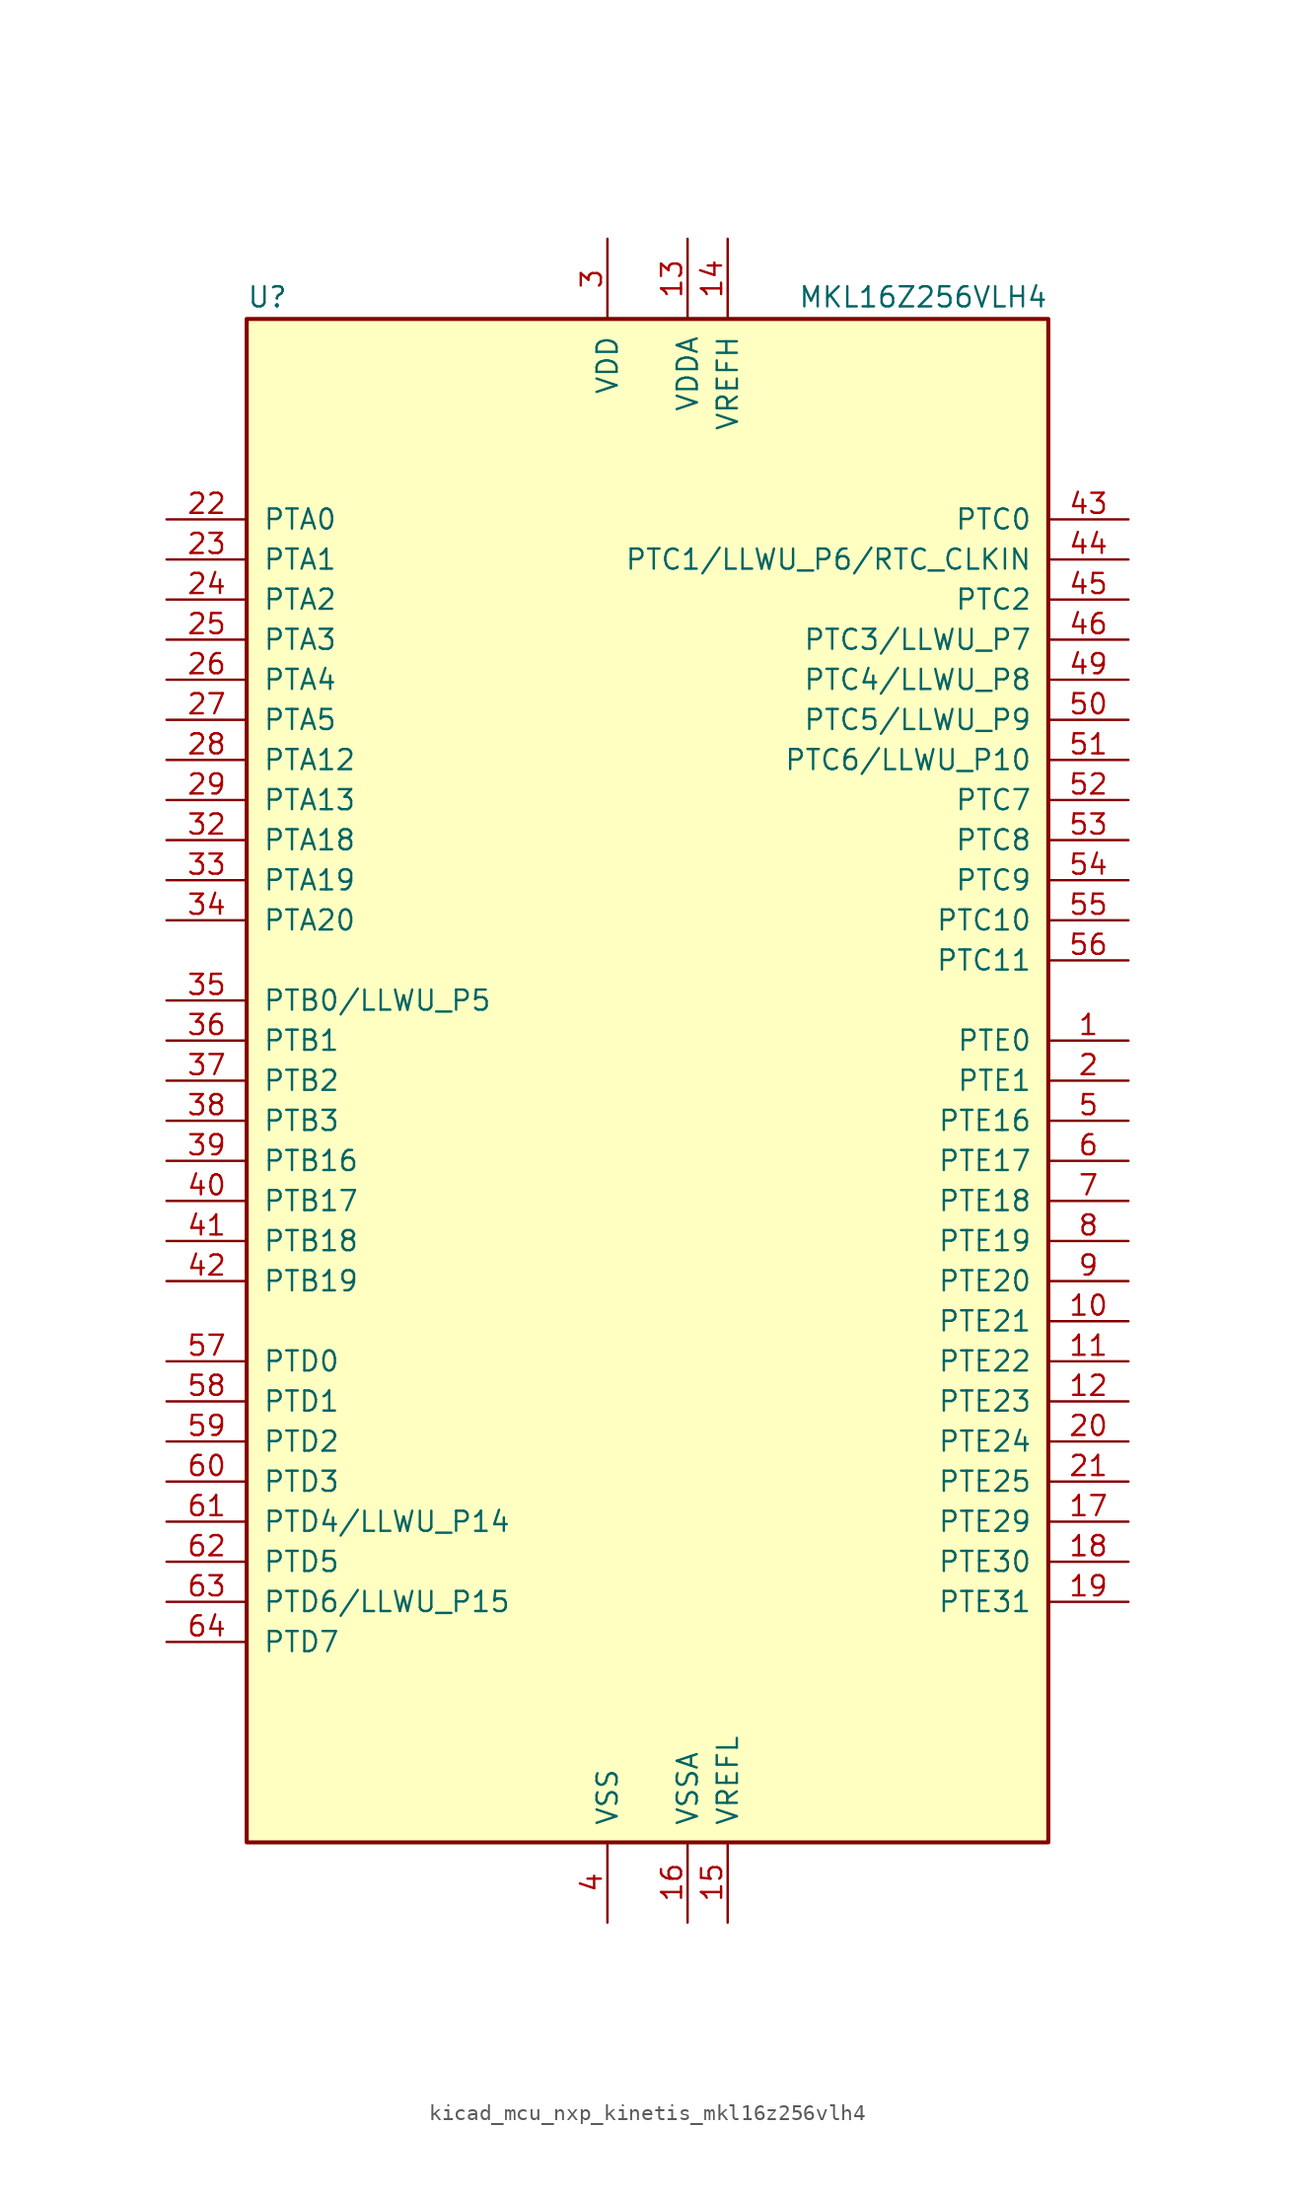
<source format=kicad_sym>
(kicad_symbol_lib
  (version 20220914)
  (generator kicad_symbol_editor)
  (symbol "kicad_mcu_nxp_kinetis_mkl16z256vlh4"
    (pin_names
      (offset 1.016))
    (property "Reference" "U"
      (at -25.4 48.895 0)
      (effects (font (size 1.27 1.27)) (justify left bottom)))
    (property "Value" "MKL16Z256VLH4"
      (at 25.4 48.895 0)
      (effects (font (size 1.27 1.27)) (justify right bottom)))
    (symbol "kicad_mcu_nxp_kinetis_mkl16z256vlh4_0_1"
      (rectangle (start -25.4 48.26) (end 25.4 -48.26) (stroke (width 0.254) (type default)) (fill (type background))))
    (symbol "kicad_mcu_nxp_kinetis_mkl16z256vlh4_1_1"
      (pin bidirectional line (at 30.48 2.54 180) (length 5.08) (name "PTE0" (effects (font (size 1.27 1.27)))) (number "1" (effects (font (size 1.27 1.27)))))
      (pin bidirectional line (at 30.48 -15.24 180) (length 5.08) (name "PTE21" (effects (font (size 1.27 1.27)))) (number "10" (effects (font (size 1.27 1.27)))))
      (pin bidirectional line (at 30.48 -17.78 180) (length 5.08) (name "PTE22" (effects (font (size 1.27 1.27)))) (number "11" (effects (font (size 1.27 1.27)))))
      (pin bidirectional line (at 30.48 -20.32 180) (length 5.08) (name "PTE23" (effects (font (size 1.27 1.27)))) (number "12" (effects (font (size 1.27 1.27)))))
      (pin power_in line (at 2.54 53.34 270) (length 5.08) (name "VDDA" (effects (font (size 1.27 1.27)))) (number "13" (effects (font (size 1.27 1.27)))))
      (pin power_in line (at 5.08 53.34 270) (length 5.08) (name "VREFH" (effects (font (size 1.27 1.27)))) (number "14" (effects (font (size 1.27 1.27)))))
      (pin power_in line (at 5.08 -53.34 90) (length 5.08) (name "VREFL" (effects (font (size 1.27 1.27)))) (number "15" (effects (font (size 1.27 1.27)))))
      (pin power_in line (at 2.54 -53.34 90) (length 5.08) (name "VSSA" (effects (font (size 1.27 1.27)))) (number "16" (effects (font (size 1.27 1.27)))))
      (pin bidirectional line (at 30.48 -27.94 180) (length 5.08) (name "PTE29" (effects (font (size 1.27 1.27)))) (number "17" (effects (font (size 1.27 1.27)))))
      (pin bidirectional line (at 30.48 -30.48 180) (length 5.08) (name "PTE30" (effects (font (size 1.27 1.27)))) (number "18" (effects (font (size 1.27 1.27)))))
      (pin bidirectional line (at 30.48 -33.02 180) (length 5.08) (name "PTE31" (effects (font (size 1.27 1.27)))) (number "19" (effects (font (size 1.27 1.27)))))
      (pin bidirectional line (at 30.48 0 180) (length 5.08) (name "PTE1" (effects (font (size 1.27 1.27)))) (number "2" (effects (font (size 1.27 1.27)))))
      (pin bidirectional line (at 30.48 -22.86 180) (length 5.08) (name "PTE24" (effects (font (size 1.27 1.27)))) (number "20" (effects (font (size 1.27 1.27)))))
      (pin bidirectional line (at 30.48 -25.4 180) (length 5.08) (name "PTE25" (effects (font (size 1.27 1.27)))) (number "21" (effects (font (size 1.27 1.27)))))
      (pin bidirectional line (at -30.48 35.56 0) (length 5.08) (name "PTA0" (effects (font (size 1.27 1.27)))) (number "22" (effects (font (size 1.27 1.27)))))
      (pin bidirectional line (at -30.48 33.02 0) (length 5.08) (name "PTA1" (effects (font (size 1.27 1.27)))) (number "23" (effects (font (size 1.27 1.27)))))
      (pin bidirectional line (at -30.48 30.48 0) (length 5.08) (name "PTA2" (effects (font (size 1.27 1.27)))) (number "24" (effects (font (size 1.27 1.27)))))
      (pin bidirectional line (at -30.48 27.94 0) (length 5.08) (name "PTA3" (effects (font (size 1.27 1.27)))) (number "25" (effects (font (size 1.27 1.27)))))
      (pin bidirectional line (at -30.48 25.4 0) (length 5.08) (name "PTA4" (effects (font (size 1.27 1.27)))) (number "26" (effects (font (size 1.27 1.27)))))
      (pin bidirectional line (at -30.48 22.86 0) (length 5.08) (name "PTA5" (effects (font (size 1.27 1.27)))) (number "27" (effects (font (size 1.27 1.27)))))
      (pin bidirectional line (at -30.48 20.32 0) (length 5.08) (name "PTA12" (effects (font (size 1.27 1.27)))) (number "28" (effects (font (size 1.27 1.27)))))
      (pin bidirectional line (at -30.48 17.78 0) (length 5.08) (name "PTA13" (effects (font (size 1.27 1.27)))) (number "29" (effects (font (size 1.27 1.27)))))
      (pin power_in line (at -2.54 53.34 270) (length 5.08) (name "VDD" (effects (font (size 1.27 1.27)))) (number "3" (effects (font (size 1.27 1.27)))))
      (pin passive line (at -2.54 53.34 270) (length 5.08) hide (name "VDD" (effects (font (size 1.27 1.27)))) (number "30" (effects (font (size 1.27 1.27)))))
      (pin passive line (at -2.54 -53.34 90) (length 5.08) hide (name "VSS" (effects (font (size 1.27 1.27)))) (number "31" (effects (font (size 1.27 1.27)))))
      (pin bidirectional line (at -30.48 15.24 0) (length 5.08) (name "PTA18" (effects (font (size 1.27 1.27)))) (number "32" (effects (font (size 1.27 1.27)))))
      (pin bidirectional line (at -30.48 12.7 0) (length 5.08) (name "PTA19" (effects (font (size 1.27 1.27)))) (number "33" (effects (font (size 1.27 1.27)))))
      (pin bidirectional line (at -30.48 10.16 0) (length 5.08) (name "PTA20" (effects (font (size 1.27 1.27)))) (number "34" (effects (font (size 1.27 1.27)))))
      (pin bidirectional line (at -30.48 5.08 0) (length 5.08) (name "PTB0/LLWU_P5" (effects (font (size 1.27 1.27)))) (number "35" (effects (font (size 1.27 1.27)))))
      (pin bidirectional line (at -30.48 2.54 0) (length 5.08) (name "PTB1" (effects (font (size 1.27 1.27)))) (number "36" (effects (font (size 1.27 1.27)))))
      (pin bidirectional line (at -30.48 0 0) (length 5.08) (name "PTB2" (effects (font (size 1.27 1.27)))) (number "37" (effects (font (size 1.27 1.27)))))
      (pin bidirectional line (at -30.48 -2.54 0) (length 5.08) (name "PTB3" (effects (font (size 1.27 1.27)))) (number "38" (effects (font (size 1.27 1.27)))))
      (pin bidirectional line (at -30.48 -5.08 0) (length 5.08) (name "PTB16" (effects (font (size 1.27 1.27)))) (number "39" (effects (font (size 1.27 1.27)))))
      (pin power_in line (at -2.54 -53.34 90) (length 5.08) (name "VSS" (effects (font (size 1.27 1.27)))) (number "4" (effects (font (size 1.27 1.27)))))
      (pin bidirectional line (at -30.48 -7.62 0) (length 5.08) (name "PTB17" (effects (font (size 1.27 1.27)))) (number "40" (effects (font (size 1.27 1.27)))))
      (pin bidirectional line (at -30.48 -10.16 0) (length 5.08) (name "PTB18" (effects (font (size 1.27 1.27)))) (number "41" (effects (font (size 1.27 1.27)))))
      (pin bidirectional line (at -30.48 -12.7 0) (length 5.08) (name "PTB19" (effects (font (size 1.27 1.27)))) (number "42" (effects (font (size 1.27 1.27)))))
      (pin bidirectional line (at 30.48 35.56 180) (length 5.08) (name "PTC0" (effects (font (size 1.27 1.27)))) (number "43" (effects (font (size 1.27 1.27)))))
      (pin bidirectional line (at 30.48 33.02 180) (length 5.08) (name "PTC1/LLWU_P6/RTC_CLKIN" (effects (font (size 1.27 1.27)))) (number "44" (effects (font (size 1.27 1.27)))))
      (pin bidirectional line (at 30.48 30.48 180) (length 5.08) (name "PTC2" (effects (font (size 1.27 1.27)))) (number "45" (effects (font (size 1.27 1.27)))))
      (pin bidirectional line (at 30.48 27.94 180) (length 5.08) (name "PTC3/LLWU_P7" (effects (font (size 1.27 1.27)))) (number "46" (effects (font (size 1.27 1.27)))))
      (pin passive line (at -2.54 -53.34 90) (length 5.08) hide (name "VSS" (effects (font (size 1.27 1.27)))) (number "47" (effects (font (size 1.27 1.27)))))
      (pin passive line (at -2.54 53.34 270) (length 5.08) hide (name "VDD" (effects (font (size 1.27 1.27)))) (number "48" (effects (font (size 1.27 1.27)))))
      (pin bidirectional line (at 30.48 25.4 180) (length 5.08) (name "PTC4/LLWU_P8" (effects (font (size 1.27 1.27)))) (number "49" (effects (font (size 1.27 1.27)))))
      (pin bidirectional line (at 30.48 -2.54 180) (length 5.08) (name "PTE16" (effects (font (size 1.27 1.27)))) (number "5" (effects (font (size 1.27 1.27)))))
      (pin bidirectional line (at 30.48 22.86 180) (length 5.08) (name "PTC5/LLWU_P9" (effects (font (size 1.27 1.27)))) (number "50" (effects (font (size 1.27 1.27)))))
      (pin bidirectional line (at 30.48 20.32 180) (length 5.08) (name "PTC6/LLWU_P10" (effects (font (size 1.27 1.27)))) (number "51" (effects (font (size 1.27 1.27)))))
      (pin bidirectional line (at 30.48 17.78 180) (length 5.08) (name "PTC7" (effects (font (size 1.27 1.27)))) (number "52" (effects (font (size 1.27 1.27)))))
      (pin bidirectional line (at 30.48 15.24 180) (length 5.08) (name "PTC8" (effects (font (size 1.27 1.27)))) (number "53" (effects (font (size 1.27 1.27)))))
      (pin bidirectional line (at 30.48 12.7 180) (length 5.08) (name "PTC9" (effects (font (size 1.27 1.27)))) (number "54" (effects (font (size 1.27 1.27)))))
      (pin bidirectional line (at 30.48 10.16 180) (length 5.08) (name "PTC10" (effects (font (size 1.27 1.27)))) (number "55" (effects (font (size 1.27 1.27)))))
      (pin bidirectional line (at 30.48 7.62 180) (length 5.08) (name "PTC11" (effects (font (size 1.27 1.27)))) (number "56" (effects (font (size 1.27 1.27)))))
      (pin bidirectional line (at -30.48 -17.78 0) (length 5.08) (name "PTD0" (effects (font (size 1.27 1.27)))) (number "57" (effects (font (size 1.27 1.27)))))
      (pin bidirectional line (at -30.48 -20.32 0) (length 5.08) (name "PTD1" (effects (font (size 1.27 1.27)))) (number "58" (effects (font (size 1.27 1.27)))))
      (pin bidirectional line (at -30.48 -22.86 0) (length 5.08) (name "PTD2" (effects (font (size 1.27 1.27)))) (number "59" (effects (font (size 1.27 1.27)))))
      (pin bidirectional line (at 30.48 -5.08 180) (length 5.08) (name "PTE17" (effects (font (size 1.27 1.27)))) (number "6" (effects (font (size 1.27 1.27)))))
      (pin bidirectional line (at -30.48 -25.4 0) (length 5.08) (name "PTD3" (effects (font (size 1.27 1.27)))) (number "60" (effects (font (size 1.27 1.27)))))
      (pin bidirectional line (at -30.48 -27.94 0) (length 5.08) (name "PTD4/LLWU_P14" (effects (font (size 1.27 1.27)))) (number "61" (effects (font (size 1.27 1.27)))))
      (pin bidirectional line (at -30.48 -30.48 0) (length 5.08) (name "PTD5" (effects (font (size 1.27 1.27)))) (number "62" (effects (font (size 1.27 1.27)))))
      (pin bidirectional line (at -30.48 -33.02 0) (length 5.08) (name "PTD6/LLWU_P15" (effects (font (size 1.27 1.27)))) (number "63" (effects (font (size 1.27 1.27)))))
      (pin bidirectional line (at -30.48 -35.56 0) (length 5.08) (name "PTD7" (effects (font (size 1.27 1.27)))) (number "64" (effects (font (size 1.27 1.27)))))
      (pin bidirectional line (at 30.48 -7.62 180) (length 5.08) (name "PTE18" (effects (font (size 1.27 1.27)))) (number "7" (effects (font (size 1.27 1.27)))))
      (pin bidirectional line (at 30.48 -10.16 180) (length 5.08) (name "PTE19" (effects (font (size 1.27 1.27)))) (number "8" (effects (font (size 1.27 1.27)))))
      (pin bidirectional line (at 30.48 -12.7 180) (length 5.08) (name "PTE20" (effects (font (size 1.27 1.27)))) (number "9" (effects (font (size 1.27 1.27))))))))
</source>
